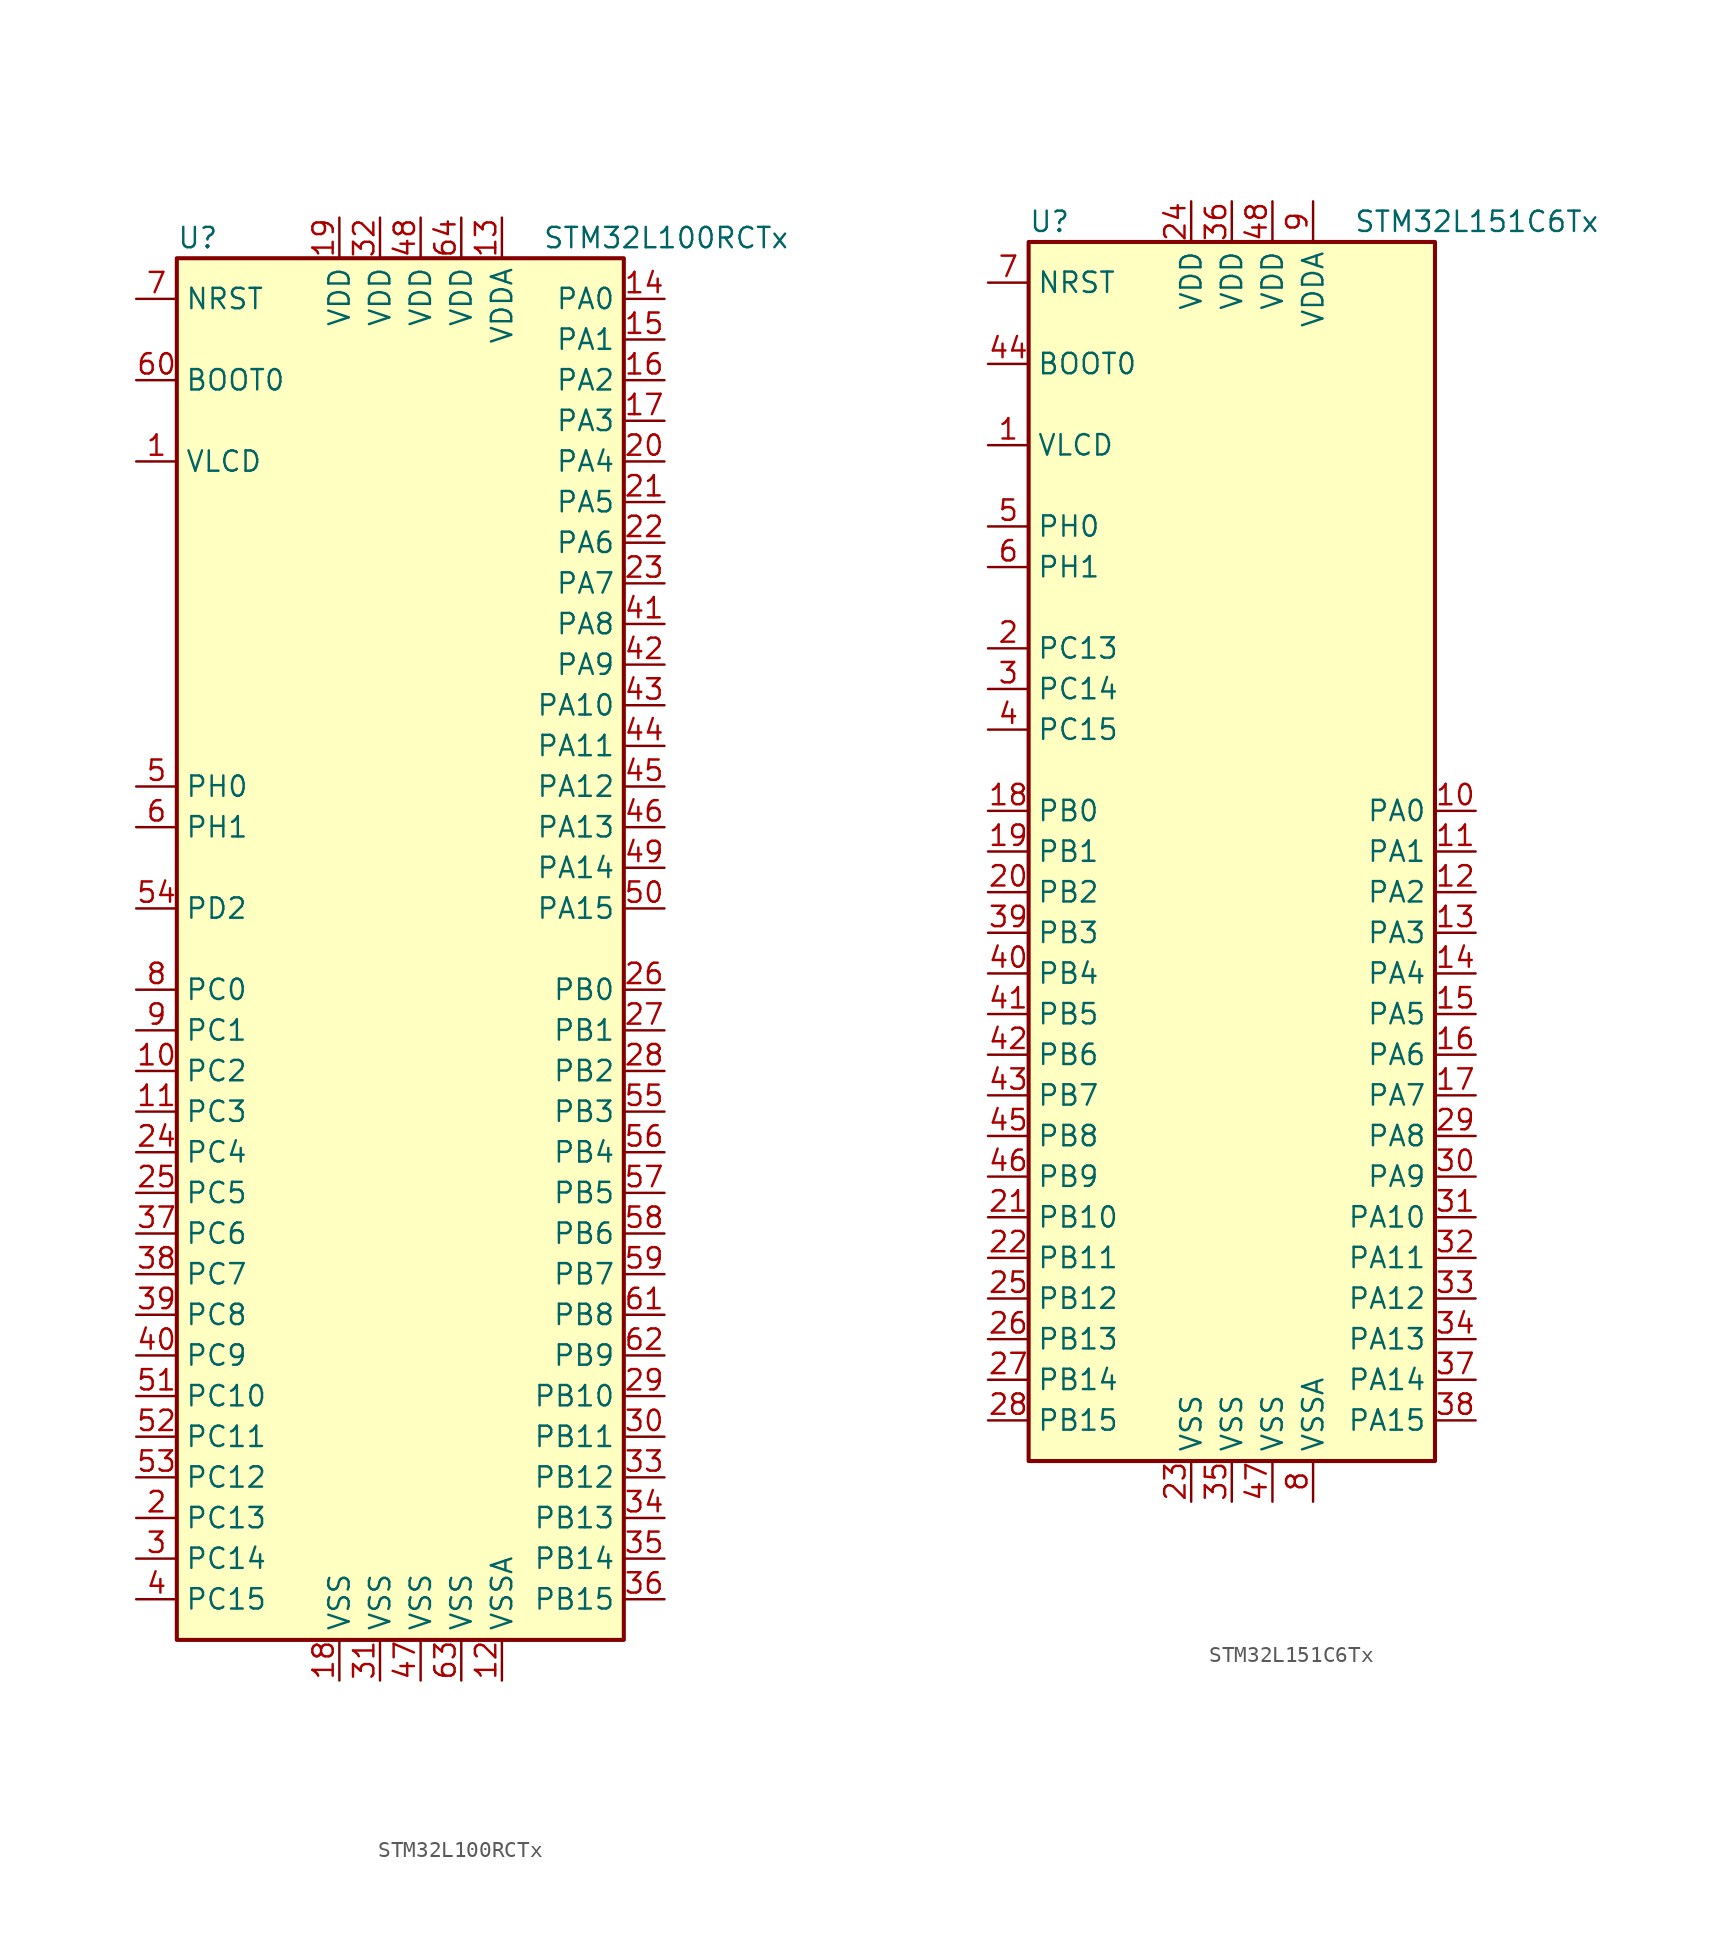
<source format=kicad_sym>
(kicad_symbol_lib
  (version 20201005)
  (generator kicad_symbol_editor)
  (symbol "STM32L100RCTx"
    (property "Reference" "U"
      (at -15.24 44.45 0)
      (effects (font (size 1.27 1.27)) (justify left)))
    (property "Value" "STM32L100RCTx"
      (at 7.62 44.45 0)
      (effects (font (size 1.27 1.27)) (justify left)))
    (symbol "STM32L100RCTx_0_1"
      (rectangle (start -15.24 -43.18) (end 12.7 43.18) (stroke (width 0.254)) (fill (type background))))
    (symbol "STM32L100RCTx_1_1"
      (pin power_in line (at -17.78 30.48 0) (length 2.54) (name "VLCD" (effects (font (size 1.27 1.27)))) (number "1" (effects (font (size 1.27 1.27)))))
      (pin bidirectional line (at -17.78 -7.62 0) (length 2.54) (name "PC2" (effects (font (size 1.27 1.27)))) (number "10" (effects (font (size 1.27 1.27)))))
      (pin bidirectional line (at -17.78 -10.16 0) (length 2.54) (name "PC3" (effects (font (size 1.27 1.27)))) (number "11" (effects (font (size 1.27 1.27)))))
      (pin power_in line (at 5.08 -45.72 90) (length 2.54) (name "VSSA" (effects (font (size 1.27 1.27)))) (number "12" (effects (font (size 1.27 1.27)))))
      (pin power_in line (at 5.08 45.72 270) (length 2.54) (name "VDDA" (effects (font (size 1.27 1.27)))) (number "13" (effects (font (size 1.27 1.27)))))
      (pin bidirectional line (at 15.24 40.64 180) (length 2.54) (name "PA0" (effects (font (size 1.27 1.27)))) (number "14" (effects (font (size 1.27 1.27)))))
      (pin bidirectional line (at 15.24 38.1 180) (length 2.54) (name "PA1" (effects (font (size 1.27 1.27)))) (number "15" (effects (font (size 1.27 1.27)))))
      (pin bidirectional line (at 15.24 35.56 180) (length 2.54) (name "PA2" (effects (font (size 1.27 1.27)))) (number "16" (effects (font (size 1.27 1.27)))))
      (pin bidirectional line (at 15.24 33.02 180) (length 2.54) (name "PA3" (effects (font (size 1.27 1.27)))) (number "17" (effects (font (size 1.27 1.27)))))
      (pin power_in line (at -5.08 -45.72 90) (length 2.54) (name "VSS" (effects (font (size 1.27 1.27)))) (number "18" (effects (font (size 1.27 1.27)))))
      (pin power_in line (at -5.08 45.72 270) (length 2.54) (name "VDD" (effects (font (size 1.27 1.27)))) (number "19" (effects (font (size 1.27 1.27)))))
      (pin bidirectional line (at -17.78 -35.56 0) (length 2.54) (name "PC13" (effects (font (size 1.27 1.27)))) (number "2" (effects (font (size 1.27 1.27)))))
      (pin bidirectional line (at 15.24 30.48 180) (length 2.54) (name "PA4" (effects (font (size 1.27 1.27)))) (number "20" (effects (font (size 1.27 1.27)))))
      (pin bidirectional line (at 15.24 27.94 180) (length 2.54) (name "PA5" (effects (font (size 1.27 1.27)))) (number "21" (effects (font (size 1.27 1.27)))))
      (pin bidirectional line (at 15.24 25.4 180) (length 2.54) (name "PA6" (effects (font (size 1.27 1.27)))) (number "22" (effects (font (size 1.27 1.27)))))
      (pin bidirectional line (at 15.24 22.86 180) (length 2.54) (name "PA7" (effects (font (size 1.27 1.27)))) (number "23" (effects (font (size 1.27 1.27)))))
      (pin bidirectional line (at -17.78 -12.7 0) (length 2.54) (name "PC4" (effects (font (size 1.27 1.27)))) (number "24" (effects (font (size 1.27 1.27)))))
      (pin bidirectional line (at -17.78 -15.24 0) (length 2.54) (name "PC5" (effects (font (size 1.27 1.27)))) (number "25" (effects (font (size 1.27 1.27)))))
      (pin bidirectional line (at 15.24 -2.54 180) (length 2.54) (name "PB0" (effects (font (size 1.27 1.27)))) (number "26" (effects (font (size 1.27 1.27)))))
      (pin bidirectional line (at 15.24 -5.08 180) (length 2.54) (name "PB1" (effects (font (size 1.27 1.27)))) (number "27" (effects (font (size 1.27 1.27)))))
      (pin bidirectional line (at 15.24 -7.62 180) (length 2.54) (name "PB2" (effects (font (size 1.27 1.27)))) (number "28" (effects (font (size 1.27 1.27)))))
      (pin bidirectional line (at 15.24 -27.94 180) (length 2.54) (name "PB10" (effects (font (size 1.27 1.27)))) (number "29" (effects (font (size 1.27 1.27)))))
      (pin bidirectional line (at -17.78 -38.1 0) (length 2.54) (name "PC14" (effects (font (size 1.27 1.27)))) (number "3" (effects (font (size 1.27 1.27)))))
      (pin bidirectional line (at 15.24 -30.48 180) (length 2.54) (name "PB11" (effects (font (size 1.27 1.27)))) (number "30" (effects (font (size 1.27 1.27)))))
      (pin power_in line (at -2.54 -45.72 90) (length 2.54) (name "VSS" (effects (font (size 1.27 1.27)))) (number "31" (effects (font (size 1.27 1.27)))))
      (pin power_in line (at -2.54 45.72 270) (length 2.54) (name "VDD" (effects (font (size 1.27 1.27)))) (number "32" (effects (font (size 1.27 1.27)))))
      (pin bidirectional line (at 15.24 -33.02 180) (length 2.54) (name "PB12" (effects (font (size 1.27 1.27)))) (number "33" (effects (font (size 1.27 1.27)))))
      (pin bidirectional line (at 15.24 -35.56 180) (length 2.54) (name "PB13" (effects (font (size 1.27 1.27)))) (number "34" (effects (font (size 1.27 1.27)))))
      (pin bidirectional line (at 15.24 -38.1 180) (length 2.54) (name "PB14" (effects (font (size 1.27 1.27)))) (number "35" (effects (font (size 1.27 1.27)))))
      (pin bidirectional line (at 15.24 -40.64 180) (length 2.54) (name "PB15" (effects (font (size 1.27 1.27)))) (number "36" (effects (font (size 1.27 1.27)))))
      (pin bidirectional line (at -17.78 -17.78 0) (length 2.54) (name "PC6" (effects (font (size 1.27 1.27)))) (number "37" (effects (font (size 1.27 1.27)))))
      (pin bidirectional line (at -17.78 -20.32 0) (length 2.54) (name "PC7" (effects (font (size 1.27 1.27)))) (number "38" (effects (font (size 1.27 1.27)))))
      (pin bidirectional line (at -17.78 -22.86 0) (length 2.54) (name "PC8" (effects (font (size 1.27 1.27)))) (number "39" (effects (font (size 1.27 1.27)))))
      (pin bidirectional line (at -17.78 -40.64 0) (length 2.54) (name "PC15" (effects (font (size 1.27 1.27)))) (number "4" (effects (font (size 1.27 1.27)))))
      (pin bidirectional line (at -17.78 -25.4 0) (length 2.54) (name "PC9" (effects (font (size 1.27 1.27)))) (number "40" (effects (font (size 1.27 1.27)))))
      (pin bidirectional line (at 15.24 20.32 180) (length 2.54) (name "PA8" (effects (font (size 1.27 1.27)))) (number "41" (effects (font (size 1.27 1.27)))))
      (pin bidirectional line (at 15.24 17.78 180) (length 2.54) (name "PA9" (effects (font (size 1.27 1.27)))) (number "42" (effects (font (size 1.27 1.27)))))
      (pin bidirectional line (at 15.24 15.24 180) (length 2.54) (name "PA10" (effects (font (size 1.27 1.27)))) (number "43" (effects (font (size 1.27 1.27)))))
      (pin bidirectional line (at 15.24 12.7 180) (length 2.54) (name "PA11" (effects (font (size 1.27 1.27)))) (number "44" (effects (font (size 1.27 1.27)))))
      (pin bidirectional line (at 15.24 10.16 180) (length 2.54) (name "PA12" (effects (font (size 1.27 1.27)))) (number "45" (effects (font (size 1.27 1.27)))))
      (pin bidirectional line (at 15.24 7.62 180) (length 2.54) (name "PA13" (effects (font (size 1.27 1.27)))) (number "46" (effects (font (size 1.27 1.27)))))
      (pin power_in line (at 0 -45.72 90) (length 2.54) (name "VSS" (effects (font (size 1.27 1.27)))) (number "47" (effects (font (size 1.27 1.27)))))
      (pin power_in line (at 0 45.72 270) (length 2.54) (name "VDD" (effects (font (size 1.27 1.27)))) (number "48" (effects (font (size 1.27 1.27)))))
      (pin bidirectional line (at 15.24 5.08 180) (length 2.54) (name "PA14" (effects (font (size 1.27 1.27)))) (number "49" (effects (font (size 1.27 1.27)))))
      (pin input line (at -17.78 10.16 0) (length 2.54) (name "PH0" (effects (font (size 1.27 1.27)))) (number "5" (effects (font (size 1.27 1.27)))))
      (pin bidirectional line (at 15.24 2.54 180) (length 2.54) (name "PA15" (effects (font (size 1.27 1.27)))) (number "50" (effects (font (size 1.27 1.27)))))
      (pin bidirectional line (at -17.78 -27.94 0) (length 2.54) (name "PC10" (effects (font (size 1.27 1.27)))) (number "51" (effects (font (size 1.27 1.27)))))
      (pin bidirectional line (at -17.78 -30.48 0) (length 2.54) (name "PC11" (effects (font (size 1.27 1.27)))) (number "52" (effects (font (size 1.27 1.27)))))
      (pin bidirectional line (at -17.78 -33.02 0) (length 2.54) (name "PC12" (effects (font (size 1.27 1.27)))) (number "53" (effects (font (size 1.27 1.27)))))
      (pin bidirectional line (at -17.78 2.54 0) (length 2.54) (name "PD2" (effects (font (size 1.27 1.27)))) (number "54" (effects (font (size 1.27 1.27)))))
      (pin bidirectional line (at 15.24 -10.16 180) (length 2.54) (name "PB3" (effects (font (size 1.27 1.27)))) (number "55" (effects (font (size 1.27 1.27)))))
      (pin bidirectional line (at 15.24 -12.7 180) (length 2.54) (name "PB4" (effects (font (size 1.27 1.27)))) (number "56" (effects (font (size 1.27 1.27)))))
      (pin bidirectional line (at 15.24 -15.24 180) (length 2.54) (name "PB5" (effects (font (size 1.27 1.27)))) (number "57" (effects (font (size 1.27 1.27)))))
      (pin bidirectional line (at 15.24 -17.78 180) (length 2.54) (name "PB6" (effects (font (size 1.27 1.27)))) (number "58" (effects (font (size 1.27 1.27)))))
      (pin bidirectional line (at 15.24 -20.32 180) (length 2.54) (name "PB7" (effects (font (size 1.27 1.27)))) (number "59" (effects (font (size 1.27 1.27)))))
      (pin input line (at -17.78 7.62 0) (length 2.54) (name "PH1" (effects (font (size 1.27 1.27)))) (number "6" (effects (font (size 1.27 1.27)))))
      (pin input line (at -17.78 35.56 0) (length 2.54) (name "BOOT0" (effects (font (size 1.27 1.27)))) (number "60" (effects (font (size 1.27 1.27)))))
      (pin bidirectional line (at 15.24 -22.86 180) (length 2.54) (name "PB8" (effects (font (size 1.27 1.27)))) (number "61" (effects (font (size 1.27 1.27)))))
      (pin bidirectional line (at 15.24 -25.4 180) (length 2.54) (name "PB9" (effects (font (size 1.27 1.27)))) (number "62" (effects (font (size 1.27 1.27)))))
      (pin power_in line (at 2.54 -45.72 90) (length 2.54) (name "VSS" (effects (font (size 1.27 1.27)))) (number "63" (effects (font (size 1.27 1.27)))))
      (pin power_in line (at 2.54 45.72 270) (length 2.54) (name "VDD" (effects (font (size 1.27 1.27)))) (number "64" (effects (font (size 1.27 1.27)))))
      (pin input line (at -17.78 40.64 0) (length 2.54) (name "NRST" (effects (font (size 1.27 1.27)))) (number "7" (effects (font (size 1.27 1.27)))))
      (pin bidirectional line (at -17.78 -2.54 0) (length 2.54) (name "PC0" (effects (font (size 1.27 1.27)))) (number "8" (effects (font (size 1.27 1.27)))))
      (pin bidirectional line (at -17.78 -5.08 0) (length 2.54) (name "PC1" (effects (font (size 1.27 1.27)))) (number "9" (effects (font (size 1.27 1.27)))))))
  (symbol "STM32L151C6Tx"
    (property "Reference" "U"
      (at -12.7 39.37 0)
      (effects (font (size 1.27 1.27)) (justify left)))
    (property "Value" "STM32L151C6Tx"
      (at 7.62 39.37 0)
      (effects (font (size 1.27 1.27)) (justify left)))
    (symbol "STM32L151C6Tx_0_1"
      (rectangle (start -12.7 -38.1) (end 12.7 38.1) (stroke (width 0.254)) (fill (type background))))
    (symbol "STM32L151C6Tx_1_1"
      (pin power_in line (at -15.24 25.4 0) (length 2.54) (name "VLCD" (effects (font (size 1.27 1.27)))) (number "1" (effects (font (size 1.27 1.27)))))
      (pin bidirectional line (at 15.24 2.54 180) (length 2.54) (name "PA0" (effects (font (size 1.27 1.27)))) (number "10" (effects (font (size 1.27 1.27)))))
      (pin bidirectional line (at 15.24 0 180) (length 2.54) (name "PA1" (effects (font (size 1.27 1.27)))) (number "11" (effects (font (size 1.27 1.27)))))
      (pin bidirectional line (at 15.24 -2.54 180) (length 2.54) (name "PA2" (effects (font (size 1.27 1.27)))) (number "12" (effects (font (size 1.27 1.27)))))
      (pin bidirectional line (at 15.24 -5.08 180) (length 2.54) (name "PA3" (effects (font (size 1.27 1.27)))) (number "13" (effects (font (size 1.27 1.27)))))
      (pin bidirectional line (at 15.24 -7.62 180) (length 2.54) (name "PA4" (effects (font (size 1.27 1.27)))) (number "14" (effects (font (size 1.27 1.27)))))
      (pin bidirectional line (at 15.24 -10.16 180) (length 2.54) (name "PA5" (effects (font (size 1.27 1.27)))) (number "15" (effects (font (size 1.27 1.27)))))
      (pin bidirectional line (at 15.24 -12.7 180) (length 2.54) (name "PA6" (effects (font (size 1.27 1.27)))) (number "16" (effects (font (size 1.27 1.27)))))
      (pin bidirectional line (at 15.24 -15.24 180) (length 2.54) (name "PA7" (effects (font (size 1.27 1.27)))) (number "17" (effects (font (size 1.27 1.27)))))
      (pin bidirectional line (at -15.24 2.54 0) (length 2.54) (name "PB0" (effects (font (size 1.27 1.27)))) (number "18" (effects (font (size 1.27 1.27)))))
      (pin bidirectional line (at -15.24 0 0) (length 2.54) (name "PB1" (effects (font (size 1.27 1.27)))) (number "19" (effects (font (size 1.27 1.27)))))
      (pin bidirectional line (at -15.24 12.7 0) (length 2.54) (name "PC13" (effects (font (size 1.27 1.27)))) (number "2" (effects (font (size 1.27 1.27)))))
      (pin bidirectional line (at -15.24 -2.54 0) (length 2.54) (name "PB2" (effects (font (size 1.27 1.27)))) (number "20" (effects (font (size 1.27 1.27)))))
      (pin bidirectional line (at -15.24 -22.86 0) (length 2.54) (name "PB10" (effects (font (size 1.27 1.27)))) (number "21" (effects (font (size 1.27 1.27)))))
      (pin bidirectional line (at -15.24 -25.4 0) (length 2.54) (name "PB11" (effects (font (size 1.27 1.27)))) (number "22" (effects (font (size 1.27 1.27)))))
      (pin power_in line (at -2.54 -40.64 90) (length 2.54) (name "VSS" (effects (font (size 1.27 1.27)))) (number "23" (effects (font (size 1.27 1.27)))))
      (pin power_in line (at -2.54 40.64 270) (length 2.54) (name "VDD" (effects (font (size 1.27 1.27)))) (number "24" (effects (font (size 1.27 1.27)))))
      (pin bidirectional line (at -15.24 -27.94 0) (length 2.54) (name "PB12" (effects (font (size 1.27 1.27)))) (number "25" (effects (font (size 1.27 1.27)))))
      (pin bidirectional line (at -15.24 -30.48 0) (length 2.54) (name "PB13" (effects (font (size 1.27 1.27)))) (number "26" (effects (font (size 1.27 1.27)))))
      (pin bidirectional line (at -15.24 -33.02 0) (length 2.54) (name "PB14" (effects (font (size 1.27 1.27)))) (number "27" (effects (font (size 1.27 1.27)))))
      (pin bidirectional line (at -15.24 -35.56 0) (length 2.54) (name "PB15" (effects (font (size 1.27 1.27)))) (number "28" (effects (font (size 1.27 1.27)))))
      (pin bidirectional line (at 15.24 -17.78 180) (length 2.54) (name "PA8" (effects (font (size 1.27 1.27)))) (number "29" (effects (font (size 1.27 1.27)))))
      (pin bidirectional line (at -15.24 10.16 0) (length 2.54) (name "PC14" (effects (font (size 1.27 1.27)))) (number "3" (effects (font (size 1.27 1.27)))))
      (pin bidirectional line (at 15.24 -20.32 180) (length 2.54) (name "PA9" (effects (font (size 1.27 1.27)))) (number "30" (effects (font (size 1.27 1.27)))))
      (pin bidirectional line (at 15.24 -22.86 180) (length 2.54) (name "PA10" (effects (font (size 1.27 1.27)))) (number "31" (effects (font (size 1.27 1.27)))))
      (pin bidirectional line (at 15.24 -25.4 180) (length 2.54) (name "PA11" (effects (font (size 1.27 1.27)))) (number "32" (effects (font (size 1.27 1.27)))))
      (pin bidirectional line (at 15.24 -27.94 180) (length 2.54) (name "PA12" (effects (font (size 1.27 1.27)))) (number "33" (effects (font (size 1.27 1.27)))))
      (pin bidirectional line (at 15.24 -30.48 180) (length 2.54) (name "PA13" (effects (font (size 1.27 1.27)))) (number "34" (effects (font (size 1.27 1.27)))))
      (pin power_in line (at 0 -40.64 90) (length 2.54) (name "VSS" (effects (font (size 1.27 1.27)))) (number "35" (effects (font (size 1.27 1.27)))))
      (pin power_in line (at 0 40.64 270) (length 2.54) (name "VDD" (effects (font (size 1.27 1.27)))) (number "36" (effects (font (size 1.27 1.27)))))
      (pin bidirectional line (at 15.24 -33.02 180) (length 2.54) (name "PA14" (effects (font (size 1.27 1.27)))) (number "37" (effects (font (size 1.27 1.27)))))
      (pin bidirectional line (at 15.24 -35.56 180) (length 2.54) (name "PA15" (effects (font (size 1.27 1.27)))) (number "38" (effects (font (size 1.27 1.27)))))
      (pin bidirectional line (at -15.24 -5.08 0) (length 2.54) (name "PB3" (effects (font (size 1.27 1.27)))) (number "39" (effects (font (size 1.27 1.27)))))
      (pin bidirectional line (at -15.24 7.62 0) (length 2.54) (name "PC15" (effects (font (size 1.27 1.27)))) (number "4" (effects (font (size 1.27 1.27)))))
      (pin bidirectional line (at -15.24 -7.62 0) (length 2.54) (name "PB4" (effects (font (size 1.27 1.27)))) (number "40" (effects (font (size 1.27 1.27)))))
      (pin bidirectional line (at -15.24 -10.16 0) (length 2.54) (name "PB5" (effects (font (size 1.27 1.27)))) (number "41" (effects (font (size 1.27 1.27)))))
      (pin bidirectional line (at -15.24 -12.7 0) (length 2.54) (name "PB6" (effects (font (size 1.27 1.27)))) (number "42" (effects (font (size 1.27 1.27)))))
      (pin bidirectional line (at -15.24 -15.24 0) (length 2.54) (name "PB7" (effects (font (size 1.27 1.27)))) (number "43" (effects (font (size 1.27 1.27)))))
      (pin input line (at -15.24 30.48 0) (length 2.54) (name "BOOT0" (effects (font (size 1.27 1.27)))) (number "44" (effects (font (size 1.27 1.27)))))
      (pin bidirectional line (at -15.24 -17.78 0) (length 2.54) (name "PB8" (effects (font (size 1.27 1.27)))) (number "45" (effects (font (size 1.27 1.27)))))
      (pin bidirectional line (at -15.24 -20.32 0) (length 2.54) (name "PB9" (effects (font (size 1.27 1.27)))) (number "46" (effects (font (size 1.27 1.27)))))
      (pin power_in line (at 2.54 -40.64 90) (length 2.54) (name "VSS" (effects (font (size 1.27 1.27)))) (number "47" (effects (font (size 1.27 1.27)))))
      (pin power_in line (at 2.54 40.64 270) (length 2.54) (name "VDD" (effects (font (size 1.27 1.27)))) (number "48" (effects (font (size 1.27 1.27)))))
      (pin input line (at -15.24 20.32 0) (length 2.54) (name "PH0" (effects (font (size 1.27 1.27)))) (number "5" (effects (font (size 1.27 1.27)))))
      (pin input line (at -15.24 17.78 0) (length 2.54) (name "PH1" (effects (font (size 1.27 1.27)))) (number "6" (effects (font (size 1.27 1.27)))))
      (pin input line (at -15.24 35.56 0) (length 2.54) (name "NRST" (effects (font (size 1.27 1.27)))) (number "7" (effects (font (size 1.27 1.27)))))
      (pin power_in line (at 5.08 -40.64 90) (length 2.54) (name "VSSA" (effects (font (size 1.27 1.27)))) (number "8" (effects (font (size 1.27 1.27)))))
      (pin power_in line (at 5.08 40.64 270) (length 2.54) (name "VDDA" (effects (font (size 1.27 1.27)))) (number "9" (effects (font (size 1.27 1.27))))))))
</source>
